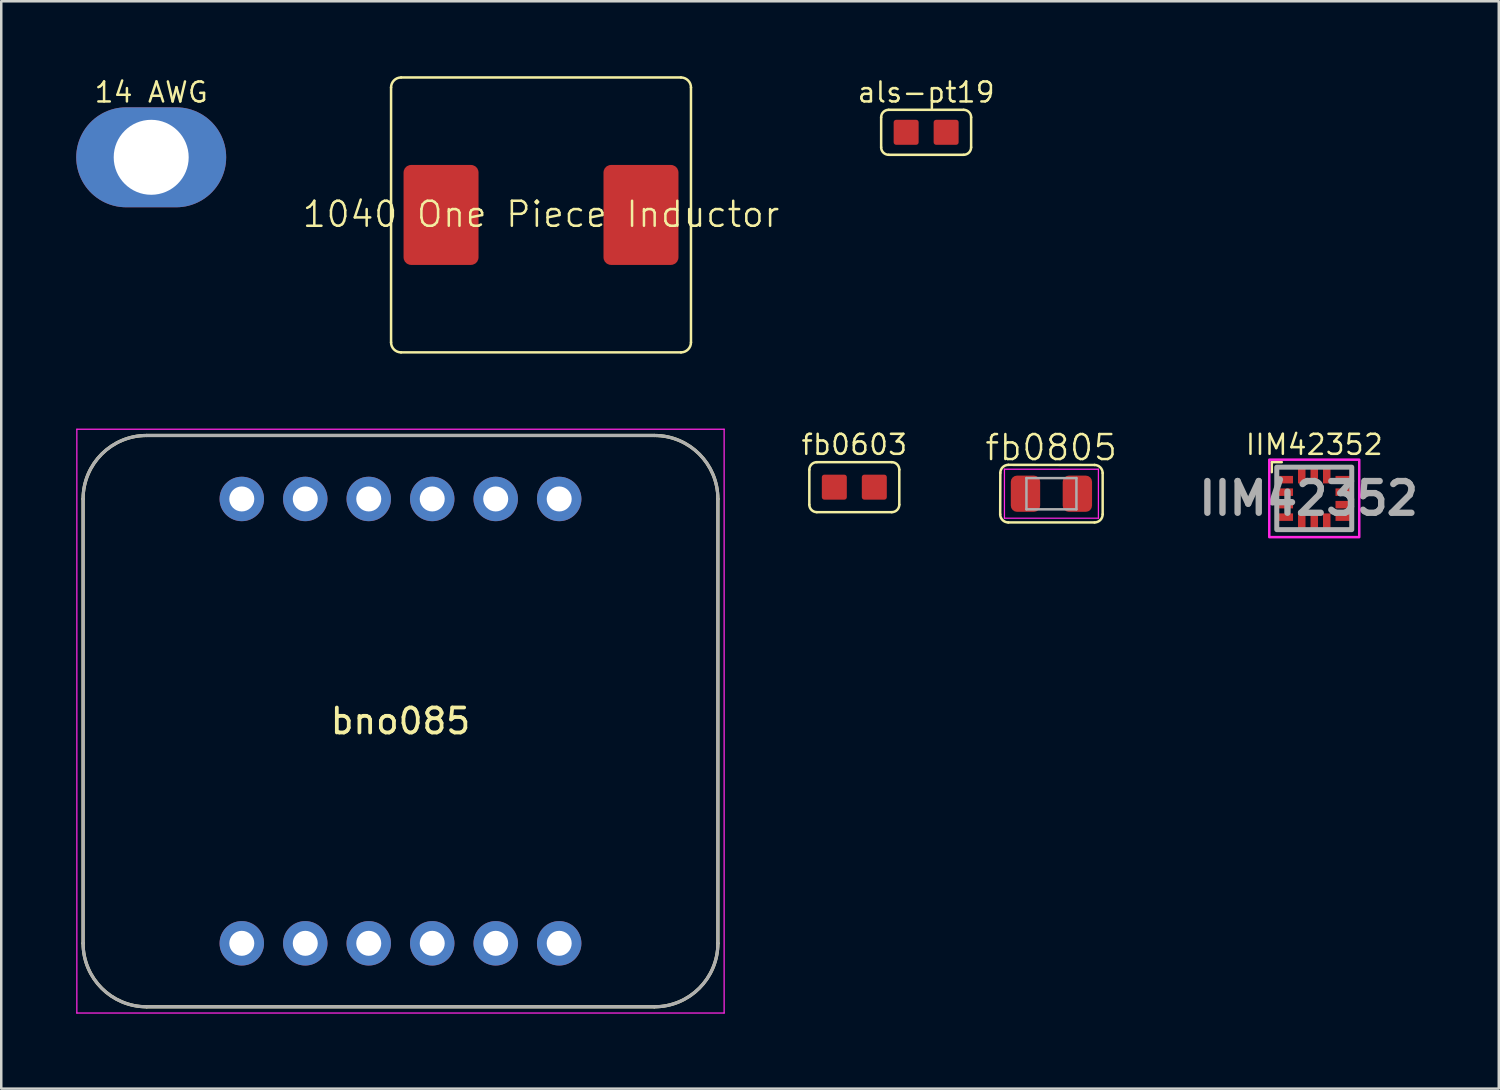
<source format=kicad_pcb>
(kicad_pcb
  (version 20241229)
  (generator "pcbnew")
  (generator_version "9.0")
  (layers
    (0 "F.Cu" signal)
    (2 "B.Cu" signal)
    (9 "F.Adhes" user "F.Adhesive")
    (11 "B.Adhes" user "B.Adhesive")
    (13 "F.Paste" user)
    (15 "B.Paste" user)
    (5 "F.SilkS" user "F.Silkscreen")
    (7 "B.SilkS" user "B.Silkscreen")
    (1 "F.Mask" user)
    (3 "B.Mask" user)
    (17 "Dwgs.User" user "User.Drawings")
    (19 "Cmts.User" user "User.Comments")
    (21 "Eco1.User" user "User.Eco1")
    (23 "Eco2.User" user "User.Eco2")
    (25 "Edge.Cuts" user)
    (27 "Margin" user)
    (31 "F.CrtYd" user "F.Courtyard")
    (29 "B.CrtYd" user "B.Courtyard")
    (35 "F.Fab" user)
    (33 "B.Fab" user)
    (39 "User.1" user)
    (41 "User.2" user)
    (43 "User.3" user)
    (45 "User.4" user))
  (footprint "als-pt19"
    (layer "F.Cu")
    (at 34.008 2.244)
    (property "Reference" "als-pt19" (at 0 -1.6 0) (unlocked yes) (layer "F.SilkS") (effects (font (size 0.8 0.8) (thickness 0.1))))
    (attr smd)
    (fp_line (start -1.8 0.6) (end -1.8 -0.6) (stroke (width 0.1) (type default)) (layer "F.SilkS"))
    (fp_line (start -1.5 -0.9) (end 1.5 -0.9) (stroke (width 0.1) (type default)) (layer "F.SilkS"))
    (fp_line (start -1.5 0.9) (end 1.5 0.9) (stroke (width 0.1) (type default)) (layer "F.SilkS"))
    (fp_line (start 1.8 -0.6) (end 1.8 0.6) (stroke (width 0.1) (type default)) (layer "F.SilkS"))
    (fp_arc (start -1.8 -0.6) (mid -1.712132 -0.812132) (end -1.5 -0.9) (stroke (width 0.1) (type default)) (layer "F.SilkS"))
    (fp_arc (start -1.5 0.9) (mid -1.712132 0.812132) (end -1.8 0.6) (stroke (width 0.1) (type default)) (layer "F.SilkS"))
    (fp_arc (start 1.5 -0.9) (mid 1.712132 -0.812132) (end 1.8 -0.6) (stroke (width 0.1) (type default)) (layer "F.SilkS"))
    (fp_arc (start 1.8 0.6) (mid 1.712132 0.812132) (end 1.5 0.9) (stroke (width 0.1) (type default)) (layer "F.SilkS"))
    (pad "1" smd roundrect (at -0.8 0) (size 1 1) (layers "F.Cu" "F.Mask" "F.Paste") (roundrect_rratio 0.1))
    (pad "2" smd roundrect (at 0.8 0) (size 1 1) (layers "F.Cu" "F.Mask" "F.Paste") (roundrect_rratio 0.1)))
  (footprint "fb0805"
    (layer "F.Cu")
    (at 39.021 16.68)
    (property "Reference" "fb0805" (at -0.01 -1.82 0) (unlocked yes) (layer "F.SilkS") (effects (font (size 1 1) (thickness 0.1))))
    (attr smd)
    (fp_line (start -2.045 -0.805) (end -2.05 0.85) (stroke (width 0.1) (type default)) (layer "F.SilkS"))
    (fp_line (start -1.72 -1.13) (end 1.725 -1.125) (stroke (width 0.1) (type default)) (layer "F.SilkS"))
    (fp_line (start 1.725 1.175) (end -1.725 1.175) (stroke (width 0.1) (type default)) (layer "F.SilkS"))
    (fp_line (start 2.05 -0.8) (end 2.05 0.85) (stroke (width 0.1) (type default)) (layer "F.SilkS"))
    (fp_arc (start -2.04519 -0.80481) (mid -1.95 -1.03462) (end -1.72019 -1.12981) (stroke (width 0.1) (type default)) (layer "F.SilkS"))
    (fp_arc (start -1.725 1.175) (mid -1.95481 1.07981) (end -2.05 0.85) (stroke (width 0.1) (type default)) (layer "F.SilkS"))
    (fp_arc (start 1.724998 -1.125) (mid 1.954808 -1.02981) (end 2.049998 -0.8) (stroke (width 0.1) (type default)) (layer "F.SilkS"))
    (fp_arc (start 2.05 0.85) (mid 1.95481 1.07981) (end 1.725 1.175) (stroke (width 0.1) (type default)) (layer "F.SilkS"))
    (fp_line (start -1.88 -0.955) (end 1.88 -0.955) (stroke (width 0.05) (type solid)) (layer "F.CrtYd"))
    (fp_line (start -1.88 1.005) (end -1.88 -0.955) (stroke (width 0.05) (type solid)) (layer "F.CrtYd"))
    (fp_line (start 1.88 -0.955) (end 1.88 1.005) (stroke (width 0.05) (type solid)) (layer "F.CrtYd"))
    (fp_line (start 1.88 1.005) (end -1.88 1.005) (stroke (width 0.05) (type solid)) (layer "F.CrtYd"))
    (fp_line (start -1 -0.6) (end 1 -0.6) (stroke (width 0.1) (type solid)) (layer "F.Fab"))
    (fp_line (start -1 0.65) (end -1 -0.6) (stroke (width 0.1) (type solid)) (layer "F.Fab"))
    (fp_line (start 1 -0.6) (end 1 0.65) (stroke (width 0.1) (type solid)) (layer "F.Fab"))
    (fp_line (start 1 0.65) (end -1 0.65) (stroke (width 0.1) (type solid)) (layer "F.Fab"))
    (pad "1" smd roundrect (at -1.038 0.025) (size 1.175 1.45) (layers "F.Cu" "F.Mask" "F.Paste") (roundrect_rratio 0.213))
    (pad "2" smd roundrect (at 1.038 0.025) (size 1.175 1.45) (layers "F.Cu" "F.Mask" "F.Paste") (roundrect_rratio 0.213)))
  (footprint "IIM42352"
    (layer "F.Cu")
    (at 49.538 16.893)
    (property "Reference" "IIM42352" (at 0 -2.15 0) (layer "F.SilkS") (effects (font (size 0.8 0.8) (thickness 0.1))))
    (attr smd)
    (fp_line (start -1.7 -1.05) (end -1.7 -1.45) (stroke (width 0.1) (type default)) (layer "F.SilkS"))
    (fp_line (start -1.5 -1.25) (end -0.8 -1.25) (stroke (width 0.1) (type solid)) (layer "F.SilkS"))
    (fp_line (start -1.5 -1) (end -1.5 -1.25) (stroke (width 0.1) (type solid)) (layer "F.SilkS"))
    (fp_line (start -1.5 1.1) (end -1.5 1.25) (stroke (width 0.1) (type solid)) (layer "F.SilkS"))
    (fp_line (start -1.5 1.25) (end -0.8 1.25) (stroke (width 0.1) (type solid)) (layer "F.SilkS"))
    (fp_line (start -1.3 -1.45) (end -1.7 -1.45) (stroke (width 0.1) (type default)) (layer "F.SilkS"))
    (fp_line (start 0.8 -1.25) (end 1.5 -1.25) (stroke (width 0.1) (type solid)) (layer "F.SilkS"))
    (fp_line (start 0.8 1.25) (end 1.5 1.25) (stroke (width 0.1) (type solid)) (layer "F.SilkS"))
    (fp_line (start 1.5 -1.25) (end 1.5 -1) (stroke (width 0.1) (type solid)) (layer "F.SilkS"))
    (fp_line (start 1.5 1.25) (end 1.5 1) (stroke (width 0.1) (type solid)) (layer "F.SilkS"))
    (fp_rect (start -1.8 -1.55) (end 1.8 1.55) (stroke (width 0.1) (type solid)) (fill no) (layer "F.CrtYd"))
    (fp_rect (start -1.5 -1.25) (end 1.5 1.25) (stroke (width 0.2) (type solid)) (fill no) (layer "F.Fab"))
    (fp_text user "${REFERENCE}" (at -0.225 0 0) (layer "F.Fab") (effects (font (size 1.27 1.27) (thickness 0.254))))
    (pad "1" smd rect (at -1.15 -0.75 90) (size 0.3 0.6) (layers "F.Cu" "F.Mask" "F.Paste"))
    (pad "2" smd rect (at -1.15 -0.25 90) (size 0.3 0.6) (layers "F.Cu" "F.Mask" "F.Paste"))
    (pad "3" smd rect (at -1.15 0.25 90) (size 0.3 0.6) (layers "F.Cu" "F.Mask" "F.Paste"))
    (pad "4" smd rect (at -1.15 0.75 90) (size 0.3 0.6) (layers "F.Cu" "F.Mask" "F.Paste"))
    (pad "5" smd rect (at -0.5 0.9) (size 0.3 0.6) (layers "F.Cu" "F.Mask" "F.Paste"))
    (pad "6" smd rect (at 0 0.9) (size 0.3 0.6) (layers "F.Cu" "F.Mask" "F.Paste"))
    (pad "7" smd rect (at 0.5 0.9) (size 0.3 0.6) (layers "F.Cu" "F.Mask" "F.Paste"))
    (pad "8" smd rect (at 1.15 0.75 90) (size 0.3 0.6) (layers "F.Cu" "F.Mask" "F.Paste"))
    (pad "9" smd rect (at 1.15 0.25 90) (size 0.3 0.6) (layers "F.Cu" "F.Mask" "F.Paste"))
    (pad "10" smd rect (at 1.15 -0.25 90) (size 0.3 0.6) (layers "F.Cu" "F.Mask" "F.Paste"))
    (pad "11" smd rect (at 1.15 -0.75 90) (size 0.3 0.6) (layers "F.Cu" "F.Mask" "F.Paste"))
    (pad "12" smd rect (at 0.5 -0.9) (size 0.3 0.6) (layers "F.Cu" "F.Mask" "F.Paste"))
    (pad "13" smd rect (at 0 -0.9) (size 0.3 0.6) (layers "F.Cu" "F.Mask" "F.Paste"))
    (pad "14" smd rect (at -0.5 -0.9) (size 0.3 0.6) (layers "F.Cu" "F.Mask" "F.Paste")))
  (footprint "1040 One Piece Inductor"
    (layer "F.Cu")
    (at 18.598 5.55)
    (property "Reference" "1040 One Piece Inductor" (at 0 -0.025 0) (unlocked yes) (layer "F.SilkS") (effects (font (size 1 1) (thickness 0.1))))
    (attr smd)
    (fp_line (start -6 5.1) (end -6 -5.1) (stroke (width 0.1) (type default)) (layer "F.SilkS"))
    (fp_line (start -5.6 -5.5) (end 5.6 -5.5) (stroke (width 0.1) (type default)) (layer "F.SilkS"))
    (fp_line (start 5.6 5.5) (end -5.6 5.5) (stroke (width 0.1) (type default)) (layer "F.SilkS"))
    (fp_line (start 6 5.1) (end 6 -5.1) (stroke (width 0.1) (type default)) (layer "F.SilkS"))
    (fp_arc (start -5.999999 -5.099999) (mid -5.882842 -5.382842) (end -5.599999 -5.499999) (stroke (width 0.1) (type default)) (layer "F.SilkS"))
    (fp_arc (start -5.599999 5.499999) (mid -5.882842 5.382842) (end -5.999999 5.099999) (stroke (width 0.1) (type default)) (layer "F.SilkS"))
    (fp_arc (start 5.599999 -5.499999) (mid 5.882842 -5.382842) (end 5.999999 -5.099999) (stroke (width 0.1) (type default)) (layer "F.SilkS"))
    (fp_arc (start 5.999999 5.099999) (mid 5.882842 5.382842) (end 5.599999 5.499999) (stroke (width 0.1) (type default)) (layer "F.SilkS"))
    (pad "1" smd roundrect (at -4 0) (size 3 4) (layers "F.Cu" "F.Mask" "F.Paste") (roundrect_rratio 0.1))
    (pad "2" smd roundrect (at 4 0) (size 3 4) (layers "F.Cu" "F.Mask" "F.Paste") (roundrect_rratio 0.1)))
  (footprint "bno085"
    (layer "F.Cu")
    (at 12.975 25.805)
    (property "Reference" "bno085" (at 0 0 0) (layer "F.SilkS") (effects (font (size 1 1) (thickness 0.15))))
    (attr through_hole)
    (fp_line (start -12.7 -8.89) (end -12.7 8.89) (stroke (width 0.127) (type solid)) (layer "F.SilkS"))
    (fp_line (start -10.16 11.43) (end 10.16 11.43) (stroke (width 0.127) (type solid)) (layer "F.SilkS"))
    (fp_line (start 10.16 -11.43) (end -10.16 -11.43) (stroke (width 0.127) (type solid)) (layer "F.SilkS"))
    (fp_line (start 12.7 8.89) (end 12.7 -8.89) (stroke (width 0.127) (type solid)) (layer "F.SilkS"))
    (fp_arc (start -12.7 -8.89) (mid -11.956051 -10.686051) (end -10.16 -11.43) (stroke (width 0.127) (type solid)) (layer "F.SilkS"))
    (fp_arc (start -10.16 11.43) (mid -11.956051 10.686051) (end -12.7 8.89) (stroke (width 0.127) (type solid)) (layer "F.SilkS"))
    (fp_arc (start 10.16 -11.43) (mid 11.956051 -10.686051) (end 12.7 -8.89) (stroke (width 0.127) (type solid)) (layer "F.SilkS"))
    (fp_arc (start 12.7 8.89) (mid 11.956051 10.686051) (end 10.16 11.43) (stroke (width 0.127) (type solid)) (layer "F.SilkS"))
    (fp_line (start -12.95 -11.68) (end -12.95 11.68) (stroke (width 0.05) (type solid)) (layer "F.CrtYd"))
    (fp_line (start -12.95 11.68) (end 12.95 11.68) (stroke (width 0.05) (type solid)) (layer "F.CrtYd"))
    (fp_line (start 12.95 -11.68) (end -12.95 -11.68) (stroke (width 0.05) (type solid)) (layer "F.CrtYd"))
    (fp_line (start 12.95 11.68) (end 12.95 -11.68) (stroke (width 0.05) (type solid)) (layer "F.CrtYd"))
    (fp_line (start -12.7 -8.89) (end -12.7 8.89) (stroke (width 0.127) (type solid)) (layer "F.Fab"))
    (fp_line (start -10.16 11.43) (end 10.16 11.43) (stroke (width 0.127) (type solid)) (layer "F.Fab"))
    (fp_line (start 10.16 -11.43) (end -10.16 -11.43) (stroke (width 0.127) (type solid)) (layer "F.Fab"))
    (fp_line (start 12.7 8.89) (end 12.7 -8.89) (stroke (width 0.127) (type solid)) (layer "F.Fab"))
    (fp_arc (start -12.7 -8.89) (mid -11.956051 -10.686051) (end -10.16 -11.43) (stroke (width 0.127) (type solid)) (layer "F.Fab"))
    (fp_arc (start -10.16 11.43) (mid -11.956051 10.686051) (end -12.7 8.89) (stroke (width 0.127) (type solid)) (layer "F.Fab"))
    (fp_arc (start 10.16 -11.43) (mid 11.956051 -10.686051) (end 12.7 -8.89) (stroke (width 0.127) (type solid)) (layer "F.Fab"))
    (fp_arc (start 12.7 8.89) (mid 11.956051 10.686051) (end 10.16 11.43) (stroke (width 0.127) (type solid)) (layer "F.Fab"))
    (pad "JP1_1" thru_hole circle (at -6.35 8.89) (size 1.778 1.778) (drill 1) (layers "*.Cu" "*.Mask"))
    (pad "JP1_2" thru_hole circle (at -3.81 8.89) (size 1.778 1.778) (drill 1) (layers "*.Cu" "*.Mask"))
    (pad "JP1_3" thru_hole circle (at -1.27 8.89) (size 1.778 1.778) (drill 1) (layers "*.Cu" "*.Mask"))
    (pad "JP1_4" thru_hole circle (at 1.27 8.89) (size 1.778 1.778) (drill 1) (layers "*.Cu" "*.Mask"))
    (pad "JP1_5" thru_hole circle (at 3.81 8.89) (size 1.778 1.778) (drill 1) (layers "*.Cu" "*.Mask"))
    (pad "JP1_6" thru_hole circle (at 6.35 8.89) (size 1.778 1.778) (drill 1) (layers "*.Cu" "*.Mask"))
    (pad "JP2_1" thru_hole circle (at -6.35 -8.89) (size 1.778 1.778) (drill 1) (layers "*.Cu" "*.Mask"))
    (pad "JP2_2" thru_hole circle (at -3.81 -8.89) (size 1.778 1.778) (drill 1) (layers "*.Cu" "*.Mask"))
    (pad "JP2_3" thru_hole circle (at -1.27 -8.89) (size 1.778 1.778) (drill 1) (layers "*.Cu" "*.Mask"))
    (pad "JP2_4" thru_hole circle (at 1.27 -8.89) (size 1.778 1.778) (drill 1) (layers "*.Cu" "*.Mask"))
    (pad "JP2_5" thru_hole circle (at 3.81 -8.89) (size 1.778 1.778) (drill 1) (layers "*.Cu" "*.Mask"))
    (pad "JP2_6" thru_hole circle (at 6.35 -8.89) (size 1.778 1.778) (drill 1) (layers "*.Cu" "*.Mask")))
  (footprint "14 AWG"
    (layer "F.Cu")
    (at 3 3.244)
    (property "Reference" "14 AWG" (at 0 -2.6 0) (unlocked yes) (layer "F.SilkS") (effects (font (size 0.8 0.8) (thickness 0.1))))
    (attr through_hole)
    (pad "1" thru_hole oval (at 0 0) (size 6 4) (drill 3) (layers "*.Cu" "*.Mask")))
  (footprint "fb0603"
    (layer "F.Cu")
    (at 31.134 16.443)
    (property "Reference" "fb0603" (at 0 -1.7 0) (layer "F.SilkS") (effects (font (size 0.8 0.8) (thickness 0.1))))
    (attr smd)
    (fp_line (start -1.8 0.7) (end -1.8 -0.7) (stroke (width 0.1) (type default)) (layer "F.SilkS"))
    (fp_line (start -1.5 -1) (end 1.5 -1) (stroke (width 0.1) (type default)) (layer "F.SilkS"))
    (fp_line (start -1.5 1) (end 1.5 1) (stroke (width 0.1) (type default)) (layer "F.SilkS"))
    (fp_line (start 1.8 -0.7) (end 1.8 0.7) (stroke (width 0.1) (type default)) (layer "F.SilkS"))
    (fp_arc (start -1.8 -0.7) (mid -1.712132 -0.912132) (end -1.5 -1) (stroke (width 0.1) (type default)) (layer "F.SilkS"))
    (fp_arc (start -1.5 1) (mid -1.712132 0.912132) (end -1.8 0.7) (stroke (width 0.1) (type default)) (layer "F.SilkS"))
    (fp_arc (start 1.5 -1) (mid 1.712132 -0.912132) (end 1.8 -0.7) (stroke (width 0.1) (type default)) (layer "F.SilkS"))
    (fp_arc (start 1.8 0.7) (mid 1.712132 0.912132) (end 1.5 1) (stroke (width 0.1) (type default)) (layer "F.SilkS"))
    (pad "1" smd roundrect (at -0.8 0) (size 1 1) (layers "F.Cu" "F.Mask" "F.Paste") (roundrect_rratio 0.1))
    (pad "2" smd roundrect (at 0.8 0) (size 1 1) (layers "F.Cu" "F.Mask" "F.Paste") (roundrect_rratio 0.1)))
  (gr_rect
    (start -3 -3)
    (end 56.921 40.51)
    (stroke (width 0.1) (type default))
    (fill no)
    (layer "Edge.Cuts")))
</source>
